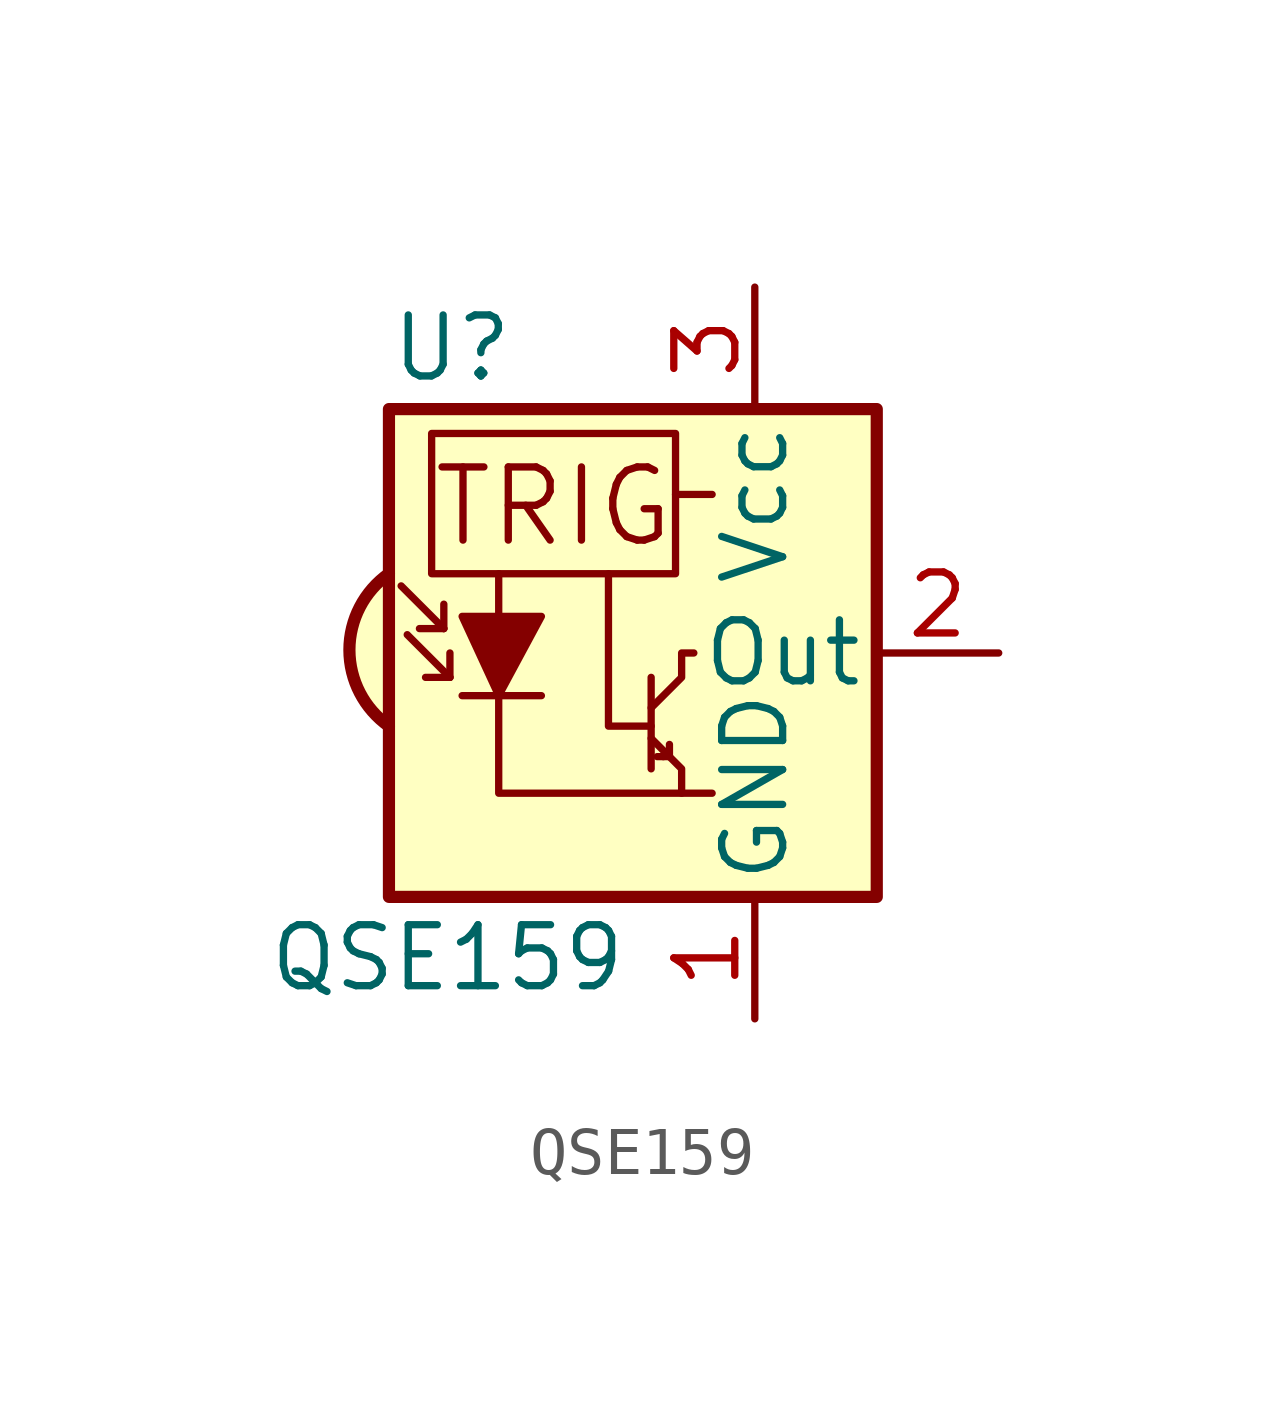
<source format=kicad_sym>
(kicad_symbol_lib
  (version 20201005)
  (generator kicad_symbol_editor)
  (symbol "Interface_Optical:QSE159"
    (pin_names
      (offset 0.254))
    (property "Reference" "U"
      (at -5.08 6.35 0)
      (effects (font (size 1.27 1.27)) (justify left)))
    (property "Value" "QSE159"
      (at -7.62 -6.35 0)
      (effects (font (size 1.27 1.27)) (justify left)))
    (symbol "QSE159_0_0"
      (arc (start -5.08 1.651) (end -5.08 -1.524) (radius (at -3.937 0.0762) (length 1.9558) (angles 126 -125.5)) (stroke (width 0.254)) (fill (type background)))
      (text "TRIG" (at -1.651 3.048 0) (effects (font (size 1.524 1.524))))
      (rectangle (start 0.889 4.572) (end -4.191 1.651) (stroke (width 0)) (fill (type none)))
      (rectangle (start 5.08 5.08) (end -5.08 -5.08) (stroke (width 0.254)) (fill (type background)))
      (polyline (pts (xy 0.889 3.302) (xy 1.651 3.302)) (stroke (width 0)) (fill (type none)))
      (polyline (pts (xy 0.381 -1.778) (xy 1.016 -2.413) (xy 1.016 -2.921)) (stroke (width 0)) (fill (type none)))
      (polyline (pts (xy 0.381 -1.524) (xy -0.508 -1.524) (xy -0.508 1.651)) (stroke (width 0)) (fill (type none)))
      (polyline (pts (xy 1.651 -2.921) (xy -2.794 -2.921) (xy -2.794 1.651)) (stroke (width 0)) (fill (type none)))
      (polyline (pts (xy 0.381 -1.143) (xy 1.016 -0.508) (xy 1.016 0) (xy 1.27 0)) (stroke (width 0)) (fill (type none))))
    (symbol "QSE159_0_1"
      (polyline (pts (xy -3.937 0.508) (xy -4.826 1.397)) (stroke (width 0)) (fill (type none)))
      (polyline (pts (xy -3.937 0.508) (xy -4.445 0.508)) (stroke (width 0)) (fill (type none)))
      (polyline (pts (xy -3.937 0.508) (xy -3.937 1.016)) (stroke (width 0)) (fill (type none)))
      (polyline (pts (xy -3.81 -0.508) (xy -4.699 0.381)) (stroke (width 0)) (fill (type none)))
      (polyline (pts (xy -3.81 -0.508) (xy -4.318 -0.508)) (stroke (width 0)) (fill (type none)))
      (polyline (pts (xy -3.81 -0.508) (xy -3.81 0)) (stroke (width 0)) (fill (type none)))
      (polyline (pts (xy -3.556 -0.889) (xy -1.905 -0.889)) (stroke (width 0)) (fill (type none)))
      (polyline (pts (xy 0.381 -0.508) (xy 0.381 -2.413)) (stroke (width 0)) (fill (type none)))
      (polyline (pts (xy 0.508 -2.159) (xy 0.635 -2.159)) (stroke (width 0)) (fill (type none)))
      (polyline (pts (xy 0.762 -2.159) (xy 0.635 -2.159)) (stroke (width 0)) (fill (type none)))
      (polyline (pts (xy 0.762 -2.159) (xy 0.762 -1.905)) (stroke (width 0)) (fill (type none)))
      (polyline (pts (xy -3.556 0.762) (xy -1.905 0.762) (xy -2.794 -0.889) (xy -3.556 0.762)) (stroke (width 0)) (fill (type outline))))
    (symbol "QSE159_1_1"
      (pin power_in line (at 2.54 -7.62 90) (length 2.54) (name "GND" (effects (font (size 1.27 1.27)))) (number "1" (effects (font (size 1.27 1.27)))))
      (pin output line (at 7.62 0 180) (length 2.54) (name "Out" (effects (font (size 1.27 1.27)))) (number "2" (effects (font (size 1.27 1.27)))))
      (pin power_in line (at 2.54 7.62 270) (length 2.54) (name "Vcc" (effects (font (size 1.27 1.27)))) (number "3" (effects (font (size 1.27 1.27))))))))
</source>
